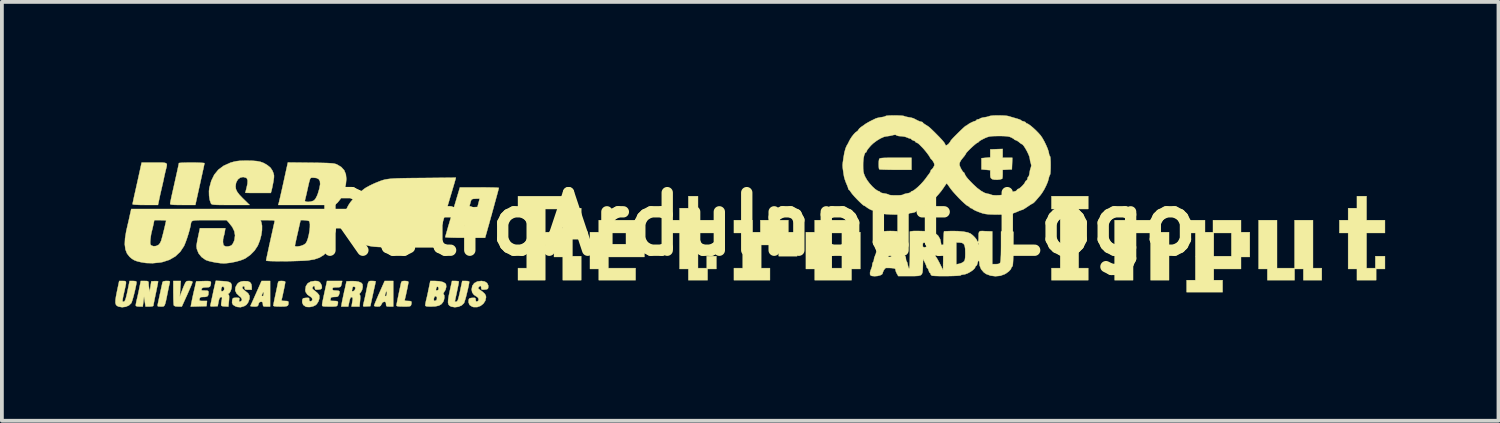
<source format=kicad_pcb>
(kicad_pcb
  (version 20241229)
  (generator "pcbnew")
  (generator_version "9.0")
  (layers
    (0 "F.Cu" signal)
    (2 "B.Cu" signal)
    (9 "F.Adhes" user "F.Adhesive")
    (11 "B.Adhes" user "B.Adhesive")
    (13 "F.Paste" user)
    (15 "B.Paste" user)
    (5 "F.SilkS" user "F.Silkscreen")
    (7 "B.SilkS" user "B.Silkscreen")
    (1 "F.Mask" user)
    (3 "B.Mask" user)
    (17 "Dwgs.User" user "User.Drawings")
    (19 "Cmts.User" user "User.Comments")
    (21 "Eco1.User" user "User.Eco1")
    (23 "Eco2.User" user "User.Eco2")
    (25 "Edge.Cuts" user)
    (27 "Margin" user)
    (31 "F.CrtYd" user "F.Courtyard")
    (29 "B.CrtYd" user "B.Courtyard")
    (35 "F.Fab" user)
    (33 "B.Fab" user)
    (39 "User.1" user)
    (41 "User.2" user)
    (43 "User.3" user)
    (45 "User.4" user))
  (footprint "RetroArduInput Logo"
    (layer "F.Cu")
    (at 16.968 2.883)
    (property "Reference" "RetroArduInput Logo" (at 0 0 0) (layer "F.SilkS") (effects (font (size 1.524 1.524) (thickness 0.3))))
    (attr through_hole)
    (fp_poly (pts (xy 10.689 0.212) (xy 10.922 0.212) (xy 10.922 1.482) (xy 10.435 1.482) (xy 10.435 0.233) (xy 9.97 0.233) (xy 9.97 1.482) (xy 9.483 1.482) (xy 9.483 -0.106) (xy 10.689 -0.106) (xy 10.689 0.212)) (stroke (width 0.01) (type solid)) (fill yes) (layer "F.SilkS"))
    (fp_poly (pts (xy 8.784 -0.402) (xy 8.53 -0.402) (xy 8.53 1.164) (xy 8.784 1.164) (xy 8.784 1.482) (xy 7.811 1.482) (xy 7.811 1.164) (xy 8.043 1.164) (xy 8.043 -0.402) (xy 7.811 -0.402) (xy 7.811 -0.741) (xy 8.784 -0.741) (xy 8.784 -0.402)) (stroke (width 0.01) (type solid)) (fill yes) (layer "F.SilkS"))
    (fp_poly (pts (xy 13.78 1.164) (xy 14.245 1.164) (xy 14.245 -0.106) (xy 14.732 -0.106) (xy 14.732 1.164) (xy 14.965 1.164) (xy 14.965 1.482) (xy 14.478 1.482) (xy 14.478 1.185) (xy 14.245 1.185) (xy 14.245 1.482) (xy 13.525 1.482) (xy 13.525 1.185) (xy 13.293 1.185) (xy 13.293 -0.106) (xy 13.78 -0.106) (xy 13.78 1.164)) (stroke (width 0.01) (type solid)) (fill yes) (layer "F.SilkS"))
    (fp_poly (pts (xy 2.519 0.212) (xy 2.752 0.212) (xy 2.752 1.185) (xy 2.519 1.185) (xy 2.519 1.482) (xy 1.545 1.482) (xy 1.545 1.185) (xy 1.312 1.185) (xy 1.312 0.233) (xy 1.799 0.233) (xy 1.799 1.164) (xy 2.265 1.164) (xy 2.265 0.233) (xy 1.799 0.233) (xy 1.312 0.233) (xy 1.312 0.212) (xy 1.545 0.212) (xy 1.545 -0.106) (xy 2.519 -0.106) (xy 2.519 0.212)) (stroke (width 0.01) (type solid)) (fill yes) (layer "F.SilkS"))
    (fp_poly (pts (xy -3.196 0.212) (xy -2.963 0.212) (xy -2.963 0.868) (xy -3.916 0.868) (xy -3.916 1.164) (xy -3.196 1.164) (xy -3.196 1.482) (xy -4.17 1.482) (xy -4.17 1.185) (xy -4.403 1.185) (xy -4.403 0.233) (xy -3.916 0.233) (xy -3.916 0.529) (xy -3.45 0.529) (xy -3.45 0.233) (xy -3.916 0.233) (xy -4.403 0.233) (xy -4.403 0.212) (xy -4.17 0.212) (xy -4.17 -0.106) (xy -3.196 -0.106) (xy -3.196 0.212)) (stroke (width 0.01) (type solid)) (fill yes) (layer "F.SilkS"))
    (fp_poly (pts (xy -1.545 -0.106) (xy -1.058 -0.106) (xy -1.058 0.233) (xy -1.545 0.233) (xy -1.545 1.164) (xy -1.312 1.164) (xy -1.312 0.847) (xy -1.058 0.847) (xy -1.058 1.185) (xy -1.291 1.185) (xy -1.291 1.482) (xy -1.799 1.482) (xy -1.799 1.185) (xy -2.032 1.185) (xy -2.032 0.233) (xy -2.265 0.233) (xy -2.265 -0.106) (xy -2.032 -0.106) (xy -2.032 -0.423) (xy -1.799 -0.423) (xy -1.799 -0.741) (xy -1.545 -0.741) (xy -1.545 -0.106)) (stroke (width 0.01) (type solid)) (fill yes) (layer "F.SilkS"))
    (fp_poly (pts (xy -0.106 0.212) (xy 0.106 0.212) (xy 0.106 -0.106) (xy 0.847 -0.106) (xy 0.847 0.212) (xy 1.079 0.212) (xy 1.079 0.847) (xy 0.593 0.847) (xy 0.593 0.233) (xy 0.36 0.233) (xy 0.36 0.55) (xy 0.127 0.55) (xy 0.127 1.164) (xy 0.36 1.164) (xy 0.36 1.482) (xy -0.593 1.482) (xy -0.593 1.164) (xy -0.36 1.164) (xy -0.36 0.233) (xy -0.593 0.233) (xy -0.593 -0.106) (xy -0.106 -0.106) (xy -0.106 0.212)) (stroke (width 0.01) (type solid)) (fill yes) (layer "F.SilkS"))
    (fp_poly (pts (xy 4.106 -1.439) (xy 3.687 -1.439) (xy 3.557 -1.44) (xy 3.443 -1.442) (xy 3.35 -1.445) (xy 3.284 -1.448) (xy 3.254 -1.453) (xy 3.253 -1.453) (xy 3.244 -1.482) (xy 3.24 -1.538) (xy 3.239 -1.606) (xy 3.242 -1.671) (xy 3.25 -1.718) (xy 3.251 -1.723) (xy 3.261 -1.735) (xy 3.282 -1.744) (xy 3.32 -1.75) (xy 3.382 -1.754) (xy 3.472 -1.756) (xy 3.595 -1.757) (xy 3.685 -1.757) (xy 4.106 -1.757) (xy 4.106 -1.439)) (stroke (width 0.01) (type solid)) (fill yes) (layer "F.SilkS"))
    (fp_poly (pts (xy 16.15 -0.106) (xy 16.637 -0.106) (xy 16.637 0.233) (xy 16.15 0.233) (xy 16.15 1.164) (xy 16.383 1.164) (xy 16.383 0.847) (xy 16.637 0.847) (xy 16.637 1.185) (xy 16.404 1.185) (xy 16.404 1.482) (xy 15.896 1.482) (xy 15.896 1.185) (xy 15.663 1.185) (xy 15.663 0.233) (xy 15.431 0.233) (xy 15.431 -0.106) (xy 15.663 -0.106) (xy 15.663 -0.423) (xy 15.896 -0.423) (xy 15.896 -0.741) (xy 16.15 -0.741) (xy 16.15 -0.106)) (stroke (width 0.01) (type solid)) (fill yes) (layer "F.SilkS"))
    (fp_poly (pts (xy -4.868 -0.423) (xy -4.636 -0.423) (xy -4.636 0.233) (xy -4.868 0.233) (xy -4.868 0.847) (xy -4.636 0.847) (xy -4.636 1.482) (xy -5.122 1.482) (xy -5.122 0.868) (xy -5.355 0.868) (xy -5.355 0.55) (xy -5.588 0.55) (xy -5.588 1.482) (xy -6.308 1.482) (xy -6.308 1.164) (xy -6.075 1.164) (xy -6.075 -0.402) (xy -5.588 -0.402) (xy -5.588 0.212) (xy -5.122 0.212) (xy -5.122 -0.402) (xy -5.588 -0.402) (xy -6.075 -0.402) (xy -6.308 -0.402) (xy -6.308 -0.741) (xy -4.868 -0.741) (xy -4.868 -0.423)) (stroke (width 0.01) (type solid)) (fill yes) (layer "F.SilkS"))
    (fp_poly (pts (xy 11.874 0.212) (xy 12.086 0.212) (xy 12.086 -0.106) (xy 12.827 -0.106) (xy 12.827 0.212) (xy 13.06 0.212) (xy 13.06 0.868) (xy 12.827 0.868) (xy 12.827 1.185) (xy 12.107 1.185) (xy 12.107 1.482) (xy 12.34 1.482) (xy 12.34 1.799) (xy 11.388 1.799) (xy 11.388 1.482) (xy 11.62 1.482) (xy 11.62 0.233) (xy 12.107 0.233) (xy 12.107 0.847) (xy 12.573 0.847) (xy 12.573 0.233) (xy 12.107 0.233) (xy 11.62 0.233) (xy 11.388 0.233) (xy 11.388 -0.106) (xy 11.874 -0.106) (xy 11.874 0.212)) (stroke (width 0.01) (type solid)) (fill yes) (layer "F.SilkS"))
    (fp_poly (pts (xy 6.519 -1.757) (xy 6.775 -1.757) (xy 6.769 -1.603) (xy 6.763 -1.45) (xy 6.641 -1.444) (xy 6.519 -1.437) (xy 6.519 -1.323) (xy 6.517 -1.258) (xy 6.51 -1.213) (xy 6.503 -1.2) (xy 6.451 -1.184) (xy 6.378 -1.176) (xy 6.304 -1.178) (xy 6.249 -1.189) (xy 6.244 -1.191) (xy 6.212 -1.214) (xy 6.196 -1.247) (xy 6.191 -1.306) (xy 6.191 -1.324) (xy 6.191 -1.429) (xy 6.075 -1.439) (xy 5.958 -1.45) (xy 5.958 -1.746) (xy 6.075 -1.757) (xy 6.191 -1.767) (xy 6.191 -1.979) (xy 6.519 -1.991) (xy 6.519 -1.757)) (stroke (width 0.01) (type solid)) (fill yes) (layer "F.SilkS"))
    (fp_poly (pts (xy -15.247 1.709) (xy -15.259 1.916) (xy -15.22 1.81) (xy -15.187 1.723) (xy -15.15 1.632) (xy -15.137 1.603) (xy -15.109 1.544) (xy -15.084 1.514) (xy -15.048 1.504) (xy -15.008 1.503) (xy -14.948 1.509) (xy -14.923 1.526) (xy -14.922 1.529) (xy -14.931 1.557) (xy -14.954 1.615) (xy -14.989 1.698) (xy -15.033 1.798) (xy -15.064 1.868) (xy -15.206 2.18) (xy -15.305 2.18) (xy -15.375 2.175) (xy -15.411 2.157) (xy -15.418 2.147) (xy -15.422 2.114) (xy -15.426 2.048) (xy -15.429 1.957) (xy -15.43 1.849) (xy -15.431 1.808) (xy -15.431 1.503) (xy -15.234 1.503) (xy -15.247 1.709)) (stroke (width 0.01) (type solid)) (fill yes) (layer "F.SilkS"))
    (fp_poly (pts (xy -15.55 1.505) (xy -15.524 1.515) (xy -15.522 1.535) (xy -15.524 1.54) (xy -15.532 1.575) (xy -15.547 1.642) (xy -15.565 1.729) (xy -15.579 1.799) (xy -15.606 1.933) (xy -15.627 2.032) (xy -15.644 2.1) (xy -15.66 2.143) (xy -15.678 2.167) (xy -15.7 2.178) (xy -15.73 2.18) (xy -15.76 2.18) (xy -15.818 2.178) (xy -15.844 2.169) (xy -15.847 2.146) (xy -15.845 2.133) (xy -15.824 2.033) (xy -15.801 1.924) (xy -15.777 1.814) (xy -15.755 1.711) (xy -15.736 1.624) (xy -15.722 1.561) (xy -15.715 1.53) (xy -15.715 1.529) (xy -15.689 1.512) (xy -15.63 1.503) (xy -15.61 1.503) (xy -15.55 1.505)) (stroke (width 0.01) (type solid)) (fill yes) (layer "F.SilkS"))
    (fp_poly (pts (xy -10.169 1.503) (xy -10.113 1.506) (xy -10.079 1.512) (xy -10.075 1.516) (xy -10.08 1.541) (xy -10.091 1.598) (xy -10.108 1.675) (xy -10.117 1.712) (xy -10.14 1.817) (xy -10.164 1.927) (xy -10.184 2.02) (xy -10.187 2.032) (xy -10.216 2.17) (xy -10.316 2.176) (xy -10.376 2.179) (xy -10.403 2.173) (xy -10.408 2.152) (xy -10.402 2.123) (xy -10.387 2.059) (xy -10.37 1.99) (xy -10.37 1.99) (xy -10.358 1.933) (xy -10.34 1.851) (xy -10.321 1.76) (xy -10.319 1.746) (xy -10.298 1.643) (xy -10.282 1.574) (xy -10.267 1.532) (xy -10.248 1.511) (xy -10.221 1.504) (xy -10.182 1.503) (xy -10.169 1.503)) (stroke (width 0.01) (type solid)) (fill yes) (layer "F.SilkS"))
    (fp_poly (pts (xy -15.711 -1.629) (xy -15.65 -1.622) (xy -15.616 -1.608) (xy -15.602 -1.582) (xy -15.605 -1.542) (xy -15.618 -1.484) (xy -15.629 -1.442) (xy -15.651 -1.35) (xy -15.674 -1.246) (xy -15.684 -1.196) (xy -15.705 -1.101) (xy -15.728 -1) (xy -15.739 -0.953) (xy -15.758 -0.871) (xy -15.781 -0.771) (xy -15.802 -0.672) (xy -15.837 -0.508) (xy -16.173 -0.508) (xy -16.297 -0.509) (xy -16.398 -0.513) (xy -16.469 -0.518) (xy -16.506 -0.525) (xy -16.51 -0.528) (xy -16.506 -0.555) (xy -16.493 -0.615) (xy -16.475 -0.701) (xy -16.452 -0.805) (xy -16.439 -0.861) (xy -16.409 -0.996) (xy -16.377 -1.139) (xy -16.347 -1.275) (xy -16.322 -1.389) (xy -16.319 -1.402) (xy -16.269 -1.63) (xy -15.935 -1.63) (xy -15.804 -1.63) (xy -15.711 -1.629)) (stroke (width 0.01) (type solid)) (fill yes) (layer "F.SilkS"))
    (fp_poly (pts (xy -9.61 2.18) (xy -9.705 2.18) (xy -9.763 2.178) (xy -9.791 2.168) (xy -9.8 2.141) (xy -9.8 2.117) (xy -9.806 2.071) (xy -9.83 2.054) (xy -9.848 2.053) (xy -9.892 2.069) (xy -9.921 2.117) (xy -9.942 2.158) (xy -9.972 2.176) (xy -10.029 2.18) (xy -10.031 2.18) (xy -10.085 2.175) (xy -10.115 2.164) (xy -10.118 2.159) (xy -10.109 2.133) (xy -10.087 2.075) (xy -10.052 1.993) (xy -10.009 1.893) (xy -10.005 1.883) (xy -9.83 1.883) (xy -9.824 1.902) (xy -9.81 1.905) (xy -9.787 1.888) (xy -9.779 1.835) (xy -9.779 1.827) (xy -9.781 1.776) (xy -9.787 1.763) (xy -9.801 1.79) (xy -9.817 1.836) (xy -9.83 1.883) (xy -10.005 1.883) (xy -9.977 1.82) (xy -9.837 1.503) (xy -9.61 1.503) (xy -9.61 2.18)) (stroke (width 0.01) (type solid)) (fill yes) (layer "F.SilkS"))
    (fp_poly (pts (xy -14.829 -1.629) (xy -14.732 -1.626) (xy -14.658 -1.622) (xy -14.614 -1.618) (xy -14.606 -1.614) (xy -14.611 -1.587) (xy -14.623 -1.53) (xy -14.639 -1.453) (xy -14.645 -1.429) (xy -14.662 -1.35) (xy -14.686 -1.242) (xy -14.714 -1.114) (xy -14.744 -0.978) (xy -14.765 -0.884) (xy -14.848 -0.508) (xy -15.182 -0.508) (xy -15.31 -0.509) (xy -15.401 -0.511) (xy -15.462 -0.515) (xy -15.497 -0.521) (xy -15.513 -0.531) (xy -15.515 -0.539) (xy -15.511 -0.572) (xy -15.498 -0.636) (xy -15.48 -0.721) (xy -15.463 -0.799) (xy -15.424 -0.971) (xy -15.388 -1.133) (xy -15.355 -1.28) (xy -15.327 -1.406) (xy -15.305 -1.507) (xy -15.29 -1.578) (xy -15.283 -1.614) (xy -15.282 -1.617) (xy -15.262 -1.621) (xy -15.207 -1.625) (xy -15.124 -1.628) (xy -15.019 -1.63) (xy -14.944 -1.63) (xy -14.829 -1.629)) (stroke (width 0.01) (type solid)) (fill yes) (layer "F.SilkS"))
    (fp_poly (pts (xy -12.869 2.18) (xy -12.965 2.18) (xy -13.023 2.178) (xy -13.051 2.168) (xy -13.059 2.141) (xy -13.06 2.117) (xy -13.066 2.071) (xy -13.09 2.055) (xy -13.111 2.053) (xy -13.151 2.064) (xy -13.173 2.102) (xy -13.176 2.117) (xy -13.188 2.154) (xy -13.208 2.173) (xy -13.251 2.18) (xy -13.296 2.18) (xy -13.354 2.177) (xy -13.387 2.17) (xy -13.391 2.164) (xy -13.381 2.143) (xy -13.357 2.092) (xy -13.32 2.01) (xy -13.27 1.898) (xy -13.092 1.898) (xy -13.071 1.905) (xy -13.047 1.89) (xy -13.04 1.84) (xy -13.04 1.836) (xy -13.044 1.799) (xy -13.052 1.795) (xy -13.054 1.799) (xy -13.074 1.846) (xy -13.085 1.868) (xy -13.092 1.898) (xy -13.27 1.898) (xy -13.268 1.894) (xy -13.201 1.743) (xy -13.139 1.603) (xy -13.095 1.503) (xy -12.869 1.503) (xy -12.869 2.18)) (stroke (width 0.01) (type solid)) (fill yes) (layer "F.SilkS"))
    (fp_poly (pts (xy -9.234 1.509) (xy -9.208 1.527) (xy -9.207 1.53) (xy -9.212 1.561) (xy -9.223 1.622) (xy -9.239 1.703) (xy -9.258 1.791) (xy -9.276 1.876) (xy -9.293 1.947) (xy -9.304 1.993) (xy -9.305 1.995) (xy -9.306 2.018) (xy -9.284 2.029) (xy -9.23 2.032) (xy -9.22 2.032) (xy -9.157 2.036) (xy -9.128 2.052) (xy -9.127 2.092) (xy -9.136 2.133) (xy -9.145 2.155) (xy -9.163 2.169) (xy -9.198 2.177) (xy -9.259 2.18) (xy -9.337 2.18) (xy -9.433 2.178) (xy -9.492 2.173) (xy -9.521 2.162) (xy -9.525 2.153) (xy -9.521 2.122) (xy -9.509 2.06) (xy -9.492 1.974) (xy -9.471 1.874) (xy -9.471 1.872) (xy -9.449 1.768) (xy -9.429 1.675) (xy -9.413 1.602) (xy -9.405 1.561) (xy -9.393 1.525) (xy -9.368 1.508) (xy -9.318 1.503) (xy -9.3 1.503) (xy -9.234 1.509)) (stroke (width 0.01) (type solid)) (fill yes) (layer "F.SilkS"))
    (fp_poly (pts (xy -12.495 1.509) (xy -12.468 1.525) (xy -12.467 1.529) (xy -12.472 1.561) (xy -12.483 1.623) (xy -12.499 1.703) (xy -12.518 1.792) (xy -12.536 1.877) (xy -12.552 1.947) (xy -12.563 1.992) (xy -12.564 1.995) (xy -12.565 2.018) (xy -12.544 2.029) (xy -12.491 2.032) (xy -12.479 2.032) (xy -12.419 2.035) (xy -12.39 2.046) (xy -12.383 2.071) (xy -12.383 2.073) (xy -12.386 2.121) (xy -12.4 2.153) (xy -12.433 2.17) (xy -12.493 2.178) (xy -12.587 2.18) (xy -12.596 2.18) (xy -12.694 2.178) (xy -12.758 2.171) (xy -12.784 2.16) (xy -12.785 2.158) (xy -12.78 2.129) (xy -12.769 2.068) (xy -12.752 1.984) (xy -12.731 1.884) (xy -12.729 1.877) (xy -12.707 1.772) (xy -12.687 1.678) (xy -12.672 1.604) (xy -12.663 1.561) (xy -12.653 1.525) (xy -12.629 1.508) (xy -12.58 1.503) (xy -12.56 1.503) (xy -12.495 1.509)) (stroke (width 0.01) (type solid)) (fill yes) (layer "F.SilkS"))
    (fp_poly (pts (xy -16.726 1.504) (xy -16.697 1.511) (xy -16.684 1.531) (xy -16.684 1.572) (xy -16.697 1.64) (xy -16.719 1.74) (xy -16.746 1.86) (xy -16.764 1.945) (xy -16.773 2) (xy -16.775 2.033) (xy -16.77 2.048) (xy -16.758 2.053) (xy -16.754 2.053) (xy -16.732 2.048) (xy -16.713 2.027) (xy -16.695 1.986) (xy -16.676 1.918) (xy -16.653 1.818) (xy -16.637 1.741) (xy -16.588 1.503) (xy -16.496 1.503) (xy -16.432 1.508) (xy -16.405 1.526) (xy -16.404 1.531) (xy -16.409 1.578) (xy -16.424 1.652) (xy -16.444 1.744) (xy -16.468 1.843) (xy -16.493 1.938) (xy -16.517 2.019) (xy -16.536 2.074) (xy -16.544 2.091) (xy -16.605 2.149) (xy -16.69 2.186) (xy -16.786 2.198) (xy -16.879 2.182) (xy -16.886 2.179) (xy -16.926 2.158) (xy -16.951 2.126) (xy -16.963 2.078) (xy -16.961 2.008) (xy -16.947 1.909) (xy -16.922 1.781) (xy -16.863 1.503) (xy -16.771 1.503) (xy -16.726 1.504)) (stroke (width 0.01) (type solid)) (fill yes) (layer "F.SilkS"))
    (fp_poly (pts (xy -16.128 1.505) (xy -16.098 1.514) (xy -16.087 1.537) (xy -16.086 1.561) (xy -16.083 1.621) (xy -16.073 1.693) (xy -16.072 1.704) (xy -16.057 1.789) (xy -16.035 1.651) (xy -16.013 1.513) (xy -15.923 1.507) (xy -15.868 1.507) (xy -15.836 1.513) (xy -15.833 1.518) (xy -15.837 1.543) (xy -15.848 1.603) (xy -15.865 1.688) (xy -15.886 1.791) (xy -15.896 1.838) (xy -15.919 1.947) (xy -15.938 2.041) (xy -15.952 2.113) (xy -15.959 2.154) (xy -15.96 2.161) (xy -15.979 2.172) (xy -16.027 2.179) (xy -16.063 2.18) (xy -16.165 2.18) (xy -16.186 2.048) (xy -16.206 1.916) (xy -16.223 2.048) (xy -16.24 2.18) (xy -16.333 2.18) (xy -16.393 2.176) (xy -16.421 2.162) (xy -16.425 2.146) (xy -16.42 2.108) (xy -16.408 2.044) (xy -16.396 1.993) (xy -16.377 1.914) (xy -16.355 1.813) (xy -16.333 1.709) (xy -16.329 1.688) (xy -16.292 1.503) (xy -16.189 1.503) (xy -16.128 1.505)) (stroke (width 0.01) (type solid)) (fill yes) (layer "F.SilkS"))
    (fp_poly (pts (xy -14.473 1.509) (xy -14.442 1.523) (xy -14.434 1.551) (xy -14.442 1.598) (xy -14.449 1.625) (xy -14.463 1.654) (xy -14.492 1.668) (xy -14.549 1.672) (xy -14.563 1.672) (xy -14.633 1.677) (xy -14.67 1.694) (xy -14.677 1.706) (xy -14.687 1.736) (xy -14.679 1.751) (xy -14.646 1.756) (xy -14.594 1.757) (xy -14.536 1.759) (xy -14.508 1.77) (xy -14.499 1.795) (xy -14.499 1.808) (xy -14.505 1.874) (xy -14.53 1.91) (xy -14.582 1.925) (xy -14.626 1.926) (xy -14.688 1.929) (xy -14.72 1.939) (xy -14.734 1.965) (xy -14.737 1.979) (xy -14.74 2.011) (xy -14.728 2.026) (xy -14.689 2.031) (xy -14.643 2.032) (xy -14.539 2.032) (xy -14.545 2.101) (xy -14.552 2.17) (xy -14.97 2.182) (xy -14.955 2.102) (xy -14.94 2.026) (xy -14.918 1.918) (xy -14.889 1.79) (xy -14.856 1.649) (xy -14.85 1.619) (xy -14.825 1.513) (xy -14.63 1.507) (xy -14.534 1.505) (xy -14.473 1.509)) (stroke (width 0.01) (type solid)) (fill yes) (layer "F.SilkS"))
    (fp_poly (pts (xy -7.909 1.507) (xy -7.877 1.516) (xy -7.874 1.521) (xy -7.879 1.556) (xy -7.892 1.629) (xy -7.914 1.735) (xy -7.942 1.87) (xy -7.948 1.894) (xy -7.963 1.968) (xy -7.975 2.022) (xy -7.98 2.047) (xy -7.98 2.048) (xy -7.963 2.053) (xy -7.948 2.053) (xy -7.928 2.048) (xy -7.911 2.029) (xy -7.894 1.991) (xy -7.876 1.927) (xy -7.853 1.831) (xy -7.832 1.73) (xy -7.784 1.503) (xy -7.691 1.503) (xy -7.635 1.507) (xy -7.603 1.518) (xy -7.599 1.524) (xy -7.604 1.569) (xy -7.618 1.642) (xy -7.638 1.732) (xy -7.662 1.831) (xy -7.686 1.927) (xy -7.71 2.009) (xy -7.729 2.069) (xy -7.739 2.091) (xy -7.799 2.149) (xy -7.885 2.186) (xy -7.98 2.198) (xy -8.072 2.183) (xy -8.081 2.179) (xy -8.122 2.157) (xy -8.148 2.124) (xy -8.16 2.074) (xy -8.157 2.003) (xy -8.142 1.902) (xy -8.116 1.778) (xy -8.055 1.503) (xy -7.964 1.503) (xy -7.909 1.507)) (stroke (width 0.01) (type solid)) (fill yes) (layer "F.SilkS"))
    (fp_poly (pts (xy -10.614 1.509) (xy -10.521 1.525) (xy -10.455 1.553) (xy -10.424 1.59) (xy -10.418 1.662) (xy -10.435 1.74) (xy -10.47 1.803) (xy -10.478 1.811) (xy -10.505 1.845) (xy -10.498 1.863) (xy -10.485 1.893) (xy -10.484 1.962) (xy -10.489 2.029) (xy -10.504 2.18) (xy -10.714 2.18) (xy -10.699 2.09) (xy -10.686 2.012) (xy -10.683 1.966) (xy -10.689 1.942) (xy -10.706 1.933) (xy -10.713 1.931) (xy -10.734 1.937) (xy -10.752 1.971) (xy -10.771 2.038) (xy -10.774 2.052) (xy -10.801 2.18) (xy -10.986 2.18) (xy -10.973 2.101) (xy -10.964 2.049) (xy -10.947 1.967) (xy -10.926 1.867) (xy -10.904 1.767) (xy -10.898 1.745) (xy -10.702 1.745) (xy -10.702 1.772) (xy -10.679 1.778) (xy -10.649 1.763) (xy -10.625 1.735) (xy -10.612 1.693) (xy -10.615 1.672) (xy -10.644 1.652) (xy -10.676 1.657) (xy -10.689 1.681) (xy -10.697 1.728) (xy -10.702 1.745) (xy -10.898 1.745) (xy -10.847 1.513) (xy -10.726 1.507) (xy -10.614 1.509)) (stroke (width 0.01) (type solid)) (fill yes) (layer "F.SilkS"))
    (fp_poly (pts (xy -13.471 1.509) (xy -13.403 1.534) (xy -13.366 1.586) (xy -13.356 1.651) (xy -13.356 1.736) (xy -13.451 1.736) (xy -13.51 1.733) (xy -13.536 1.723) (xy -13.542 1.699) (xy -13.541 1.688) (xy -13.55 1.651) (xy -13.575 1.64) (xy -13.6 1.659) (xy -13.606 1.676) (xy -13.592 1.713) (xy -13.542 1.758) (xy -13.525 1.77) (xy -13.45 1.832) (xy -13.414 1.896) (xy -13.414 1.969) (xy -13.418 1.985) (xy -13.453 2.076) (xy -13.498 2.135) (xy -13.558 2.171) (xy -13.652 2.198) (xy -13.739 2.19) (xy -13.792 2.171) (xy -13.852 2.133) (xy -13.876 2.08) (xy -13.872 2.011) (xy -13.86 1.971) (xy -13.837 1.953) (xy -13.79 1.948) (xy -13.766 1.947) (xy -13.709 1.949) (xy -13.684 1.958) (xy -13.682 1.982) (xy -13.687 2.002) (xy -13.692 2.041) (xy -13.675 2.052) (xy -13.661 2.05) (xy -13.622 2.028) (xy -13.615 1.989) (xy -13.639 1.942) (xy -13.683 1.903) (xy -13.758 1.832) (xy -13.793 1.754) (xy -13.786 1.67) (xy -13.738 1.584) (xy -13.73 1.575) (xy -13.686 1.537) (xy -13.627 1.516) (xy -13.572 1.508) (xy -13.471 1.509)) (stroke (width 0.01) (type solid)) (fill yes) (layer "F.SilkS"))
    (fp_poly (pts (xy -7.189 1.518) (xy -7.127 1.559) (xy -7.096 1.621) (xy -7.095 1.665) (xy -7.103 1.703) (xy -7.127 1.722) (xy -7.177 1.73) (xy -7.191 1.732) (xy -7.248 1.734) (xy -7.274 1.724) (xy -7.281 1.698) (xy -7.281 1.684) (xy -7.29 1.64) (xy -7.313 1.634) (xy -7.347 1.664) (xy -7.363 1.693) (xy -7.348 1.716) (xy -7.324 1.733) (xy -7.238 1.796) (xy -7.184 1.848) (xy -7.159 1.898) (xy -7.154 1.933) (xy -7.174 2.026) (xy -7.226 2.105) (xy -7.301 2.163) (xy -7.39 2.195) (xy -7.485 2.194) (xy -7.525 2.181) (xy -7.589 2.138) (xy -7.616 2.072) (xy -7.616 2.028) (xy -7.609 1.984) (xy -7.589 1.962) (xy -7.544 1.953) (xy -7.519 1.951) (xy -7.463 1.949) (xy -7.437 1.959) (xy -7.43 1.985) (xy -7.429 2.001) (xy -7.422 2.041) (xy -7.396 2.05) (xy -7.392 2.049) (xy -7.358 2.026) (xy -7.349 1.986) (xy -7.367 1.944) (xy -7.391 1.925) (xy -7.474 1.87) (xy -7.52 1.808) (xy -7.535 1.73) (xy -7.535 1.727) (xy -7.517 1.631) (xy -7.466 1.561) (xy -7.384 1.517) (xy -7.276 1.503) (xy -7.189 1.518)) (stroke (width 0.01) (type solid)) (fill yes) (layer "F.SilkS"))
    (fp_poly (pts (xy -10.976 1.572) (xy -10.99 1.629) (xy -11.01 1.659) (xy -11.047 1.67) (xy -11.114 1.672) (xy -11.114 1.672) (xy -11.177 1.674) (xy -11.208 1.684) (xy -11.218 1.705) (xy -11.218 1.714) (xy -11.212 1.741) (xy -11.186 1.753) (xy -11.13 1.757) (xy -11.123 1.757) (xy -11.059 1.762) (xy -11.031 1.781) (xy -11.032 1.823) (xy -11.048 1.872) (xy -11.067 1.906) (xy -11.098 1.922) (xy -11.156 1.926) (xy -11.165 1.926) (xy -11.222 1.93) (xy -11.256 1.94) (xy -11.261 1.946) (xy -11.268 1.981) (xy -11.274 1.999) (xy -11.274 2.018) (xy -11.252 2.029) (xy -11.197 2.032) (xy -11.178 2.032) (xy -11.111 2.035) (xy -11.078 2.049) (xy -11.072 2.082) (xy -11.084 2.133) (xy -11.092 2.155) (xy -11.109 2.169) (xy -11.143 2.176) (xy -11.201 2.18) (xy -11.294 2.18) (xy -11.295 2.18) (xy -11.388 2.179) (xy -11.447 2.176) (xy -11.479 2.169) (xy -11.492 2.155) (xy -11.493 2.142) (xy -11.492 2.119) (xy -11.486 2.081) (xy -11.475 2.022) (xy -11.457 1.937) (xy -11.433 1.823) (xy -11.4 1.673) (xy -11.387 1.614) (xy -11.363 1.503) (xy -10.961 1.503) (xy -10.976 1.572)) (stroke (width 0.01) (type solid)) (fill yes) (layer "F.SilkS"))
    (fp_poly (pts (xy -8.511 1.503) (xy -8.389 1.511) (xy -8.295 1.532) (xy -8.234 1.566) (xy -8.214 1.594) (xy -8.208 1.66) (xy -8.227 1.736) (xy -8.266 1.8) (xy -8.286 1.836) (xy -8.278 1.851) (xy -8.259 1.885) (xy -8.257 1.942) (xy -8.269 2.008) (xy -8.287 2.054) (xy -8.333 2.114) (xy -8.399 2.154) (xy -8.494 2.175) (xy -8.603 2.18) (xy -8.686 2.179) (xy -8.735 2.173) (xy -8.758 2.162) (xy -8.763 2.146) (xy -8.758 2.108) (xy -8.746 2.044) (xy -8.739 2.014) (xy -8.536 2.014) (xy -8.518 2.031) (xy -8.507 2.032) (xy -8.471 2.014) (xy -8.456 1.99) (xy -8.453 1.938) (xy -8.478 1.908) (xy -8.497 1.905) (xy -8.52 1.923) (xy -8.535 1.968) (xy -8.535 1.968) (xy -8.536 2.014) (xy -8.739 2.014) (xy -8.734 1.993) (xy -8.715 1.914) (xy -8.693 1.813) (xy -8.679 1.746) (xy -8.48 1.746) (xy -8.457 1.757) (xy -8.457 1.757) (xy -8.421 1.74) (xy -8.41 1.724) (xy -8.411 1.682) (xy -8.421 1.667) (xy -8.444 1.651) (xy -8.46 1.665) (xy -8.476 1.709) (xy -8.48 1.746) (xy -8.679 1.746) (xy -8.671 1.709) (xy -8.667 1.688) (xy -8.629 1.503) (xy -8.511 1.503)) (stroke (width 0.01) (type solid)) (fill yes) (layer "F.SilkS"))
    (fp_poly (pts (xy -11.609 1.508) (xy -11.565 1.529) (xy -11.536 1.56) (xy -11.505 1.619) (xy -11.498 1.671) (xy -11.507 1.706) (xy -11.533 1.723) (xy -11.589 1.731) (xy -11.594 1.732) (xy -11.65 1.734) (xy -11.676 1.724) (xy -11.684 1.698) (xy -11.684 1.684) (xy -11.693 1.64) (xy -11.716 1.634) (xy -11.745 1.668) (xy -11.746 1.669) (xy -11.752 1.696) (xy -11.736 1.723) (xy -11.692 1.76) (xy -11.673 1.774) (xy -11.614 1.824) (xy -11.574 1.874) (xy -11.566 1.894) (xy -11.566 1.967) (xy -11.592 2.048) (xy -11.638 2.118) (xy -11.665 2.142) (xy -11.732 2.175) (xy -11.816 2.193) (xy -11.895 2.191) (xy -11.928 2.182) (xy -11.992 2.137) (xy -12.019 2.071) (xy -12.019 2.028) (xy -12.011 1.984) (xy -11.992 1.962) (xy -11.948 1.954) (xy -11.921 1.951) (xy -11.864 1.949) (xy -11.839 1.957) (xy -11.834 1.981) (xy -11.836 1.994) (xy -11.832 2.032) (xy -11.801 2.043) (xy -11.8 2.043) (xy -11.763 2.028) (xy -11.75 1.992) (xy -11.763 1.952) (xy -11.794 1.925) (xy -11.882 1.864) (xy -11.929 1.794) (xy -11.938 1.744) (xy -11.922 1.641) (xy -11.873 1.566) (xy -11.794 1.52) (xy -11.685 1.503) (xy -11.676 1.503) (xy -11.609 1.508)) (stroke (width 0.01) (type solid)) (fill yes) (layer "F.SilkS"))
    (fp_poly (pts (xy -14.129 1.507) (xy -14.022 1.516) (xy -13.951 1.532) (xy -13.909 1.558) (xy -13.889 1.6) (xy -13.885 1.644) (xy -13.894 1.71) (xy -13.916 1.773) (xy -13.945 1.822) (xy -13.975 1.842) (xy -13.976 1.842) (xy -13.988 1.848) (xy -13.973 1.86) (xy -13.958 1.881) (xy -13.953 1.922) (xy -13.956 1.992) (xy -13.959 2.031) (xy -13.975 2.182) (xy -14.073 2.176) (xy -14.124 2.172) (xy -14.153 2.162) (xy -14.165 2.138) (xy -14.162 2.091) (xy -14.149 2.011) (xy -14.147 2.003) (xy -14.141 1.951) (xy -14.147 1.93) (xy -14.171 1.929) (xy -14.173 1.93) (xy -14.2 1.947) (xy -14.22 1.993) (xy -14.235 2.053) (xy -14.256 2.17) (xy -14.358 2.176) (xy -14.419 2.178) (xy -14.447 2.172) (xy -14.452 2.154) (xy -14.45 2.144) (xy -14.441 2.108) (xy -14.427 2.042) (xy -14.408 1.954) (xy -14.393 1.884) (xy -14.371 1.782) (xy -14.366 1.76) (xy -14.166 1.76) (xy -14.149 1.777) (xy -14.137 1.778) (xy -14.101 1.76) (xy -14.086 1.736) (xy -14.083 1.684) (xy -14.108 1.654) (xy -14.128 1.651) (xy -14.15 1.669) (xy -14.165 1.714) (xy -14.165 1.714) (xy -14.166 1.76) (xy -14.366 1.76) (xy -14.35 1.687) (xy -14.333 1.612) (xy -14.326 1.58) (xy -14.306 1.498) (xy -14.129 1.507)) (stroke (width 0.01) (type solid)) (fill yes) (layer "F.SilkS"))
    (fp_poly (pts (xy -11.793 -1.626) (xy -11.612 -1.624) (xy -11.469 -1.621) (xy -11.357 -1.618) (xy -11.273 -1.613) (xy -11.21 -1.608) (xy -11.163 -1.6) (xy -11.128 -1.591) (xy -11.102 -1.581) (xy -10.986 -1.512) (xy -10.908 -1.426) (xy -10.864 -1.317) (xy -10.852 -1.195) (xy -10.865 -1.057) (xy -10.899 -0.914) (xy -10.949 -0.779) (xy -11.012 -0.661) (xy -11.083 -0.572) (xy -11.097 -0.559) (xy -11.158 -0.508) (xy -12.654 -0.508) (xy -12.635 -0.577) (xy -12.624 -0.619) (xy -12.622 -0.628) (xy -11.95 -0.628) (xy -11.942 -0.605) (xy -11.905 -0.592) (xy -11.85 -0.59) (xy -11.788 -0.598) (xy -11.732 -0.616) (xy -11.702 -0.633) (xy -11.666 -0.676) (xy -11.629 -0.747) (xy -11.605 -0.807) (xy -11.563 -0.95) (xy -11.544 -1.06) (xy -11.551 -1.14) (xy -11.583 -1.193) (xy -11.643 -1.222) (xy -11.731 -1.231) (xy -11.761 -1.23) (xy -11.78 -1.228) (xy -11.796 -1.22) (xy -11.809 -1.201) (xy -11.822 -1.163) (xy -11.839 -1.102) (xy -11.86 -1.011) (xy -11.885 -0.898) (xy -11.907 -0.8) (xy -11.927 -0.716) (xy -11.942 -0.655) (xy -11.95 -0.628) (xy -12.622 -0.628) (xy -12.607 -0.695) (xy -12.584 -0.796) (xy -12.557 -0.915) (xy -12.53 -1.037) (xy -12.501 -1.168) (xy -12.474 -1.292) (xy -12.45 -1.4) (xy -12.432 -1.484) (xy -12.421 -1.531) (xy -12.399 -1.633) (xy -11.793 -1.626)) (stroke (width 0.01) (type solid)) (fill yes) (layer "F.SilkS"))
    (fp_poly (pts (xy -13.335 -1.678) (xy -13.22 -1.669) (xy -13.127 -1.651) (xy -13.047 -1.622) (xy -12.969 -1.579) (xy -12.941 -1.561) (xy -12.862 -1.497) (xy -12.811 -1.422) (xy -12.797 -1.391) (xy -12.776 -1.334) (xy -12.766 -1.286) (xy -12.768 -1.23) (xy -12.779 -1.15) (xy -12.781 -1.135) (xy -12.798 -1.046) (xy -12.815 -0.962) (xy -12.829 -0.903) (xy -12.85 -0.826) (xy -13.188 -0.826) (xy -13.302 -0.826) (xy -13.4 -0.827) (xy -13.474 -0.828) (xy -13.517 -0.83) (xy -13.525 -0.831) (xy -13.52 -0.852) (xy -13.507 -0.903) (xy -13.494 -0.953) (xy -13.468 -1.071) (xy -13.464 -1.155) (xy -13.482 -1.209) (xy -13.503 -1.227) (xy -13.582 -1.249) (xy -13.658 -1.233) (xy -13.722 -1.184) (xy -13.765 -1.108) (xy -13.774 -1.074) (xy -13.783 -0.997) (xy -13.774 -0.927) (xy -13.742 -0.858) (xy -13.684 -0.781) (xy -13.596 -0.688) (xy -13.58 -0.673) (xy -13.412 -0.508) (xy -13.913 -0.508) (xy -14.072 -0.508) (xy -14.194 -0.509) (xy -14.284 -0.511) (xy -14.347 -0.515) (xy -14.389 -0.52) (xy -14.414 -0.528) (xy -14.428 -0.538) (xy -14.433 -0.545) (xy -14.466 -0.637) (xy -14.484 -0.753) (xy -14.487 -0.875) (xy -14.478 -0.955) (xy -14.426 -1.147) (xy -14.347 -1.309) (xy -14.239 -1.441) (xy -14.101 -1.544) (xy -13.93 -1.622) (xy -13.904 -1.631) (xy -13.825 -1.653) (xy -13.751 -1.668) (xy -13.668 -1.677) (xy -13.563 -1.68) (xy -13.483 -1.681) (xy -13.335 -1.678)) (stroke (width 0.01) (type solid)) (fill yes) (layer "F.SilkS"))
    (fp_poly (pts (xy -7.188 -0.973) (xy -7.06 -0.971) (xy -6.954 -0.969) (xy -6.874 -0.966) (xy -6.827 -0.962) (xy -6.816 -0.959) (xy -6.821 -0.936) (xy -6.836 -0.878) (xy -6.859 -0.792) (xy -6.889 -0.682) (xy -6.924 -0.556) (xy -6.961 -0.418) (xy -7.001 -0.276) (xy -7.04 -0.134) (xy -7.077 0.002) (xy -7.112 0.124) (xy -7.141 0.228) (xy -7.147 0.249) (xy -7.179 0.36) (xy -7.706 0.36) (xy -7.851 0.359) (xy -7.98 0.358) (xy -8.089 0.355) (xy -8.171 0.351) (xy -8.221 0.347) (xy -8.234 0.344) (xy -8.229 0.321) (xy -8.212 0.262) (xy -8.186 0.172) (xy -8.153 0.056) (xy -8.15 0.048) (xy -7.719 0.048) (xy -7.701 0.059) (xy -7.653 0.063) (xy -7.623 0.064) (xy -7.56 0.062) (xy -7.525 0.052) (xy -7.507 0.025) (xy -7.494 -0.016) (xy -7.477 -0.087) (xy -7.477 -0.126) (xy -7.502 -0.144) (xy -7.556 -0.148) (xy -7.575 -0.148) (xy -7.637 -0.146) (xy -7.669 -0.136) (xy -7.683 -0.11) (xy -7.69 -0.079) (xy -7.702 -0.019) (xy -7.716 0.026) (xy -7.719 0.048) (xy -8.15 0.048) (xy -8.113 -0.08) (xy -8.067 -0.232) (xy -8.04 -0.323) (xy -8.004 -0.442) (xy -7.6 -0.442) (xy -7.491 -0.449) (xy -7.381 -0.455) (xy -7.353 -0.561) (xy -7.337 -0.622) (xy -7.327 -0.663) (xy -7.325 -0.673) (xy -7.343 -0.676) (xy -7.392 -0.675) (xy -7.433 -0.673) (xy -7.488 -0.67) (xy -7.523 -0.661) (xy -7.545 -0.64) (xy -7.561 -0.597) (xy -7.58 -0.523) (xy -7.586 -0.502) (xy -7.6 -0.442) (xy -8.004 -0.442) (xy -7.845 -0.974) (xy -7.33 -0.974) (xy -7.188 -0.973)) (stroke (width 0.01) (type solid)) (fill yes) (layer "F.SilkS"))
    (fp_poly (pts (xy -7.966 -1.178) (xy -7.976 -1.145) (xy -7.995 -1.077) (xy -8.024 -0.98) (xy -8.06 -0.858) (xy -8.102 -0.718) (xy -8.147 -0.565) (xy -8.162 -0.515) (xy -8.212 -0.346) (xy -8.263 -0.176) (xy -8.312 -0.013) (xy -8.355 0.134) (xy -8.392 0.258) (xy -8.419 0.35) (xy -8.42 0.355) (xy -8.497 0.614) (xy -9.291 0.614) (xy -9.518 0.613) (xy -9.707 0.612) (xy -9.863 0.609) (xy -9.992 0.604) (xy -10.097 0.597) (xy -10.183 0.587) (xy -10.256 0.573) (xy -10.319 0.556) (xy -10.378 0.533) (xy -10.438 0.506) (xy -10.475 0.488) (xy -10.634 0.39) (xy -10.755 0.273) (xy -10.839 0.137) (xy -10.882 0.009) (xy -10.908 -0.106) (xy -11.113 -0.106) (xy -11.113 -0.013) (xy -11.12 0.072) (xy -11.141 0.182) (xy -11.171 0.304) (xy -11.206 0.424) (xy -11.244 0.529) (xy -11.274 0.593) (xy -11.355 0.719) (xy -11.449 0.815) (xy -11.562 0.885) (xy -11.7 0.932) (xy -11.869 0.959) (xy -11.968 0.966) (xy -12.117 0.972) (xy -12.27 0.977) (xy -12.422 0.98) (xy -12.566 0.981) (xy -12.698 0.98) (xy -12.81 0.978) (xy -12.898 0.975) (xy -12.955 0.97) (xy -12.975 0.963) (xy -12.975 0.963) (xy -12.971 0.938) (xy -12.959 0.879) (xy -12.94 0.792) (xy -12.917 0.683) (xy -12.893 0.573) (xy -12.213 0.573) (xy -12.195 0.589) (xy -12.145 0.591) (xy -12.072 0.579) (xy -12.042 0.571) (xy -11.98 0.546) (xy -11.932 0.513) (xy -11.929 0.51) (xy -11.897 0.457) (xy -11.868 0.377) (xy -11.844 0.281) (xy -11.826 0.179) (xy -11.816 0.081) (xy -11.815 -0.003) (xy -11.826 -0.062) (xy -11.836 -0.08) (xy -11.864 -0.092) (xy -11.915 -0.101) (xy -11.975 -0.106) (xy -12.028 -0.108) (xy -12.061 -0.104) (xy -12.065 -0.099) (xy -12.069 -0.078) (xy -12.082 -0.022) (xy -12.101 0.061) (xy -12.124 0.164) (xy -12.139 0.23) (xy -12.165 0.342) (xy -12.186 0.44) (xy -12.202 0.516) (xy -12.212 0.562) (xy -12.213 0.573) (xy -12.893 0.573) (xy -12.89 0.558) (xy -12.861 0.426) (xy -12.831 0.291) (xy -12.802 0.162) (xy -12.776 0.043) (xy -12.753 -0.058) (xy -12.752 -0.058) (xy -12.749 -0.081) (xy -12.757 -0.095) (xy -12.783 -0.102) (xy -12.835 -0.105) (xy -12.922 -0.106) (xy -12.932 -0.106) (xy -13.122 -0.106) (xy -13.102 -0.052) (xy -13.083 0.042) (xy -13.084 0.16) (xy -13.104 0.293) (xy -13.14 0.429) (xy -13.191 0.558) (xy -13.2 0.576) (xy -13.281 0.699) (xy -13.391 0.811) (xy -13.516 0.9) (xy -13.552 0.919) (xy -13.654 0.959) (xy -13.782 0.994) (xy -13.919 1.021) (xy -14.047 1.035) (xy -14.097 1.037) (xy -14.185 1.032) (xy -14.289 1.018) (xy -14.397 0.998) (xy -14.493 0.975) (xy -14.564 0.951) (xy -14.577 0.945) (xy -14.684 0.869) (xy -14.763 0.77) (xy -14.808 0.656) (xy -14.817 0.578) (xy -14.812 0.538) (xy -14.801 0.468) (xy -14.784 0.379) (xy -14.771 0.318) (xy -14.726 0.106) (xy -14.054 0.106) (xy -14.068 0.196) (xy -14.081 0.265) (xy -14.097 0.324) (xy -14.1 0.335) (xy -14.114 0.399) (xy -14.117 0.471) (xy -14.109 0.534) (xy -14.093 0.567) (xy -14.046 0.589) (xy -13.981 0.59) (xy -13.916 0.573) (xy -13.886 0.555) (xy -13.853 0.512) (xy -13.823 0.447) (xy -13.812 0.413) (xy -13.797 0.296) (xy -13.816 0.186) (xy -13.87 0.075) (xy -13.962 -0.042) (xy -13.967 -0.048) (xy -14.02 -0.106) (xy -14.481 -0.106) (xy -14.633 -0.106) (xy -14.748 -0.106) (xy -14.832 -0.103) (xy -14.89 -0.097) (xy -14.927 -0.085) (xy -14.949 -0.066) (xy -14.961 -0.039) (xy -14.968 -0.001) (xy -14.975 0.042) (xy -14.997 0.136) (xy -15.029 0.249) (xy -15.066 0.366) (xy -15.105 0.475) (xy -15.14 0.561) (xy -15.148 0.579) (xy -15.248 0.73) (xy -15.377 0.852) (xy -15.534 0.943) (xy -15.716 1.002) (xy -15.784 1.014) (xy -15.977 1.033) (xy -16.152 1.028) (xy -16.291 1.005) (xy -16.394 0.98) (xy -16.469 0.951) (xy -16.532 0.911) (xy -16.589 0.862) (xy -16.656 0.776) (xy -16.698 0.669) (xy -16.715 0.537) (xy -16.713 0.474) (xy -16.043 0.474) (xy -16.041 0.521) (xy -16.029 0.549) (xy -16.011 0.565) (xy -15.954 0.584) (xy -15.885 0.578) (xy -15.822 0.548) (xy -15.812 0.54) (xy -15.782 0.499) (xy -15.754 0.442) (xy -15.753 0.44) (xy -15.742 0.4) (xy -15.723 0.333) (xy -15.701 0.248) (xy -15.678 0.154) (xy -15.656 0.063) (xy -15.638 -0.016) (xy -15.625 -0.073) (xy -15.621 -0.097) (xy -15.64 -0.101) (xy -15.692 -0.104) (xy -15.765 -0.106) (xy -15.778 -0.106) (xy -15.935 -0.106) (xy -15.96 0.016) (xy -15.978 0.095) (xy -15.995 0.166) (xy -16.004 0.198) (xy -16.016 0.251) (xy -16.028 0.328) (xy -16.037 0.397) (xy -16.043 0.474) (xy -16.713 0.474) (xy -16.708 0.377) (xy -16.677 0.186) (xy -16.661 0.116) (xy -16.636 0.007) (xy -16.607 -0.117) (xy -16.583 -0.228) (xy -16.544 -0.402) (xy -10.848 -0.402) (xy -10.795 -0.503) (xy -10.742 -0.583) (xy -10.663 -0.677) (xy -10.569 -0.774) (xy -10.468 -0.865) (xy -10.371 -0.94) (xy -10.324 -0.971) (xy -10.235 -1.019) (xy -10.133 -1.068) (xy -10.071 -1.095) (xy -10.001 -1.123) (xy -9.94 -1.147) (xy -9.883 -1.166) (xy -9.825 -1.181) (xy -9.761 -1.192) (xy -9.687 -1.201) (xy -9.598 -1.208) (xy -9.488 -1.213) (xy -9.354 -1.216) (xy -9.19 -1.219) (xy -8.991 -1.221) (xy -8.84 -1.222) (xy -7.953 -1.231) (xy -7.966 -1.178)) (stroke (width 0.01) (type solid)) (fill yes) (layer "F.SilkS"))
    (fp_poly (pts (xy 4.342 0.182) (xy 4.445 0.185) (xy 4.54 0.191) (xy 4.616 0.199) (xy 4.627 0.2) (xy 4.729 0.235) (xy 4.809 0.303) (xy 4.865 0.398) (xy 4.889 0.511) (xy 4.889 0.535) (xy 4.878 0.612) (xy 4.849 0.688) (xy 4.81 0.748) (xy 4.773 0.776) (xy 4.749 0.801) (xy 4.741 0.84) (xy 4.753 0.869) (xy 4.757 0.871) (xy 4.773 0.892) (xy 4.802 0.942) (xy 4.84 1.012) (xy 4.858 1.047) (xy 4.942 1.216) (xy 4.948 0.703) (xy 4.95 0.561) (xy 4.952 0.487) (xy 5.292 0.487) (xy 5.292 1.063) (xy 5.368 1.049) (xy 5.432 1.028) (xy 5.484 0.997) (xy 5.487 0.995) (xy 5.508 0.97) (xy 5.52 0.935) (xy 5.527 0.881) (xy 5.53 0.797) (xy 5.53 0.763) (xy 5.527 0.649) (xy 5.514 0.57) (xy 5.487 0.52) (xy 5.481 0.517) (xy 5.865 0.517) (xy 5.869 0.544) (xy 5.876 0.545) (xy 5.881 0.516) (xy 5.878 0.504) (xy 5.868 0.496) (xy 5.865 0.517) (xy 5.481 0.517) (xy 5.444 0.495) (xy 5.381 0.487) (xy 5.373 0.487) (xy 5.292 0.487) (xy 4.952 0.487) (xy 4.953 0.434) (xy 4.957 0.327) (xy 4.961 0.248) (xy 4.966 0.2) (xy 4.969 0.189) (xy 5.161 0.182) (xy 5.331 0.184) (xy 5.476 0.197) (xy 5.59 0.218) (xy 5.668 0.249) (xy 5.672 0.252) (xy 5.725 0.293) (xy 5.778 0.345) (xy 5.82 0.396) (xy 5.841 0.434) (xy 5.841 0.439) (xy 5.856 0.464) (xy 5.864 0.466) (xy 5.876 0.446) (xy 5.882 0.392) (xy 5.882 0.337) (xy 5.883 0.254) (xy 5.896 0.206) (xy 5.926 0.184) (xy 5.98 0.181) (xy 5.996 0.182) (xy 6.063 0.186) (xy 6.141 0.188) (xy 6.154 0.189) (xy 6.244 0.191) (xy 6.244 1.058) (xy 6.339 1.058) (xy 6.405 1.053) (xy 6.443 1.034) (xy 6.455 1.017) (xy 6.463 0.982) (xy 6.469 0.91) (xy 6.474 0.808) (xy 6.476 0.683) (xy 6.477 0.586) (xy 6.477 0.195) (xy 6.567 0.186) (xy 6.645 0.184) (xy 6.72 0.188) (xy 6.731 0.19) (xy 6.805 0.202) (xy 6.802 0.656) (xy 6.8 0.829) (xy 6.796 0.961) (xy 6.79 1.052) (xy 6.783 1.104) (xy 6.775 1.118) (xy 6.753 1.143) (xy 6.751 1.15) (xy 6.732 1.196) (xy 6.682 1.249) (xy 6.61 1.302) (xy 6.572 1.324) (xy 6.456 1.366) (xy 6.327 1.378) (xy 6.199 1.362) (xy 6.083 1.319) (xy 6.021 1.276) (xy 5.95 1.193) (xy 5.911 1.099) (xy 5.905 1.05) (xy 5.9 0.99) (xy 5.886 0.966) (xy 5.868 0.98) (xy 5.854 1.027) (xy 5.84 1.076) (xy 5.823 1.1) (xy 5.82 1.101) (xy 5.8 1.117) (xy 5.8 1.123) (xy 5.781 1.165) (xy 5.734 1.213) (xy 5.667 1.26) (xy 5.592 1.301) (xy 5.52 1.327) (xy 5.475 1.333) (xy 5.429 1.341) (xy 5.408 1.354) (xy 5.385 1.36) (xy 5.327 1.365) (xy 5.243 1.369) (xy 5.143 1.372) (xy 5.033 1.374) (xy 4.923 1.374) (xy 4.82 1.373) (xy 4.733 1.37) (xy 4.671 1.366) (xy 4.643 1.361) (xy 4.617 1.334) (xy 4.614 1.321) (xy 4.603 1.294) (xy 4.595 1.291) (xy 4.577 1.273) (xy 4.562 1.229) (xy 4.561 1.228) (xy 4.546 1.183) (xy 4.528 1.164) (xy 4.528 1.164) (xy 4.51 1.147) (xy 4.508 1.136) (xy 4.499 1.102) (xy 4.476 1.047) (xy 4.461 1.015) (xy 4.413 0.921) (xy 4.408 1.101) (xy 4.404 1.202) (xy 4.397 1.275) (xy 4.379 1.323) (xy 4.345 1.353) (xy 4.289 1.368) (xy 4.204 1.373) (xy 4.084 1.374) (xy 4.056 1.374) (xy 3.757 1.374) (xy 3.72 1.31) (xy 3.694 1.255) (xy 3.683 1.209) (xy 3.683 1.207) (xy 3.676 1.183) (xy 3.647 1.17) (xy 3.587 1.162) (xy 3.569 1.161) (xy 3.5 1.158) (xy 3.445 1.158) (xy 3.426 1.159) (xy 3.399 1.182) (xy 3.369 1.226) (xy 3.348 1.275) (xy 3.344 1.298) (xy 3.325 1.329) (xy 3.276 1.354) (xy 3.207 1.371) (xy 3.132 1.377) (xy 3.062 1.371) (xy 3.032 1.362) (xy 3.01 1.332) (xy 3.009 1.279) (xy 3.028 1.213) (xy 3.037 1.193) (xy 3.06 1.131) (xy 3.069 1.075) (xy 3.076 1.029) (xy 3.09 1.005) (xy 3.107 0.976) (xy 3.111 0.943) (xy 3.121 0.889) (xy 3.142 0.837) (xy 3.487 0.837) (xy 3.49 0.861) (xy 3.513 0.868) (xy 3.53 0.868) (xy 3.567 0.862) (xy 3.573 0.836) (xy 3.569 0.82) (xy 3.559 0.765) (xy 3.556 0.736) (xy 3.55 0.702) (xy 3.534 0.704) (xy 3.515 0.738) (xy 3.5 0.783) (xy 3.487 0.837) (xy 3.142 0.837) (xy 3.143 0.833) (xy 3.166 0.775) (xy 3.175 0.726) (xy 3.183 0.684) (xy 3.195 0.668) (xy 3.21 0.641) (xy 3.224 0.587) (xy 3.229 0.56) (xy 3.242 0.501) (xy 3.256 0.461) (xy 3.262 0.454) (xy 3.276 0.426) (xy 3.281 0.38) (xy 3.287 0.336) (xy 3.302 0.318) (xy 3.318 0.299) (xy 3.323 0.265) (xy 3.337 0.218) (xy 3.36 0.194) (xy 3.396 0.187) (xy 3.461 0.183) (xy 3.543 0.181) (xy 3.631 0.183) (xy 3.711 0.187) (xy 3.731 0.189) (xy 3.743 0.208) (xy 3.747 0.243) (xy 3.754 0.283) (xy 3.768 0.296) (xy 3.784 0.314) (xy 3.789 0.348) (xy 3.796 0.392) (xy 3.808 0.412) (xy 3.822 0.438) (xy 3.835 0.492) (xy 3.842 0.529) (xy 3.853 0.589) (xy 3.866 0.628) (xy 3.873 0.635) (xy 3.885 0.654) (xy 3.897 0.702) (xy 3.903 0.741) (xy 3.915 0.801) (xy 3.929 0.839) (xy 3.938 0.847) (xy 3.952 0.865) (xy 3.958 0.909) (xy 3.964 0.957) (xy 3.977 0.983) (xy 3.991 1.009) (xy 4.005 1.061) (xy 4.008 1.078) (xy 4.022 1.134) (xy 4.038 1.171) (xy 4.043 1.175) (xy 4.05 1.159) (xy 4.056 1.102) (xy 4.061 1.004) (xy 4.063 0.866) (xy 4.064 0.692) (xy 4.064 0.55) (xy 4.403 0.55) (xy 4.408 0.596) (xy 4.433 0.612) (xy 4.456 0.614) (xy 4.507 0.597) (xy 4.528 0.566) (xy 4.539 0.517) (xy 4.52 0.493) (xy 4.465 0.487) (xy 4.465 0.487) (xy 4.421 0.492) (xy 4.405 0.517) (xy 4.403 0.55) (xy 4.064 0.55) (xy 4.064 0.195) (xy 4.115 0.186) (xy 4.165 0.181) (xy 4.245 0.18) (xy 4.342 0.182)) (stroke (width 0.01) (type solid)) (fill yes) (layer "F.SilkS"))
    (fp_poly (pts (xy 3.757 -2.876) (xy 3.835 -2.872) (xy 3.891 -2.866) (xy 3.912 -2.86) (xy 3.955 -2.845) (xy 4.018 -2.832) (xy 4.037 -2.829) (xy 4.102 -2.817) (xy 4.155 -2.802) (xy 4.164 -2.798) (xy 4.209 -2.775) (xy 4.266 -2.745) (xy 4.268 -2.744) (xy 4.323 -2.72) (xy 4.366 -2.709) (xy 4.369 -2.709) (xy 4.398 -2.701) (xy 4.403 -2.693) (xy 4.419 -2.672) (xy 4.46 -2.643) (xy 4.471 -2.636) (xy 4.52 -2.606) (xy 4.559 -2.58) (xy 4.598 -2.547) (xy 4.647 -2.501) (xy 4.715 -2.435) (xy 4.728 -2.422) (xy 4.837 -2.312) (xy 4.918 -2.225) (xy 4.971 -2.161) (xy 4.994 -2.123) (xy 4.995 -2.118) (xy 5.008 -2.088) (xy 5.039 -2.089) (xy 5.081 -2.119) (xy 5.092 -2.131) (xy 5.125 -2.173) (xy 5.143 -2.203) (xy 5.143 -2.206) (xy 5.158 -2.226) (xy 5.196 -2.269) (xy 5.251 -2.326) (xy 5.317 -2.392) (xy 5.385 -2.459) (xy 5.449 -2.52) (xy 5.502 -2.569) (xy 5.537 -2.598) (xy 5.547 -2.603) (xy 5.575 -2.617) (xy 5.592 -2.631) (xy 5.63 -2.658) (xy 5.688 -2.689) (xy 5.747 -2.716) (xy 5.791 -2.73) (xy 5.798 -2.731) (xy 5.82 -2.745) (xy 5.821 -2.752) (xy 5.839 -2.769) (xy 5.862 -2.773) (xy 5.902 -2.782) (xy 5.915 -2.793) (xy 5.942 -2.807) (xy 5.996 -2.821) (xy 6.028 -2.826) (xy 6.096 -2.838) (xy 6.15 -2.852) (xy 6.165 -2.859) (xy 6.205 -2.868) (xy 6.276 -2.875) (xy 6.365 -2.878) (xy 6.462 -2.877) (xy 6.555 -2.874) (xy 6.632 -2.867) (xy 6.677 -2.858) (xy 6.732 -2.841) (xy 6.81 -2.818) (xy 6.874 -2.8) (xy 6.942 -2.779) (xy 6.989 -2.761) (xy 7.006 -2.749) (xy 7.024 -2.734) (xy 7.068 -2.72) (xy 7.07 -2.72) (xy 7.114 -2.705) (xy 7.133 -2.687) (xy 7.133 -2.686) (xy 7.15 -2.668) (xy 7.157 -2.667) (xy 7.193 -2.652) (xy 7.251 -2.612) (xy 7.321 -2.554) (xy 7.397 -2.484) (xy 7.47 -2.409) (xy 7.524 -2.348) (xy 7.57 -2.28) (xy 7.621 -2.19) (xy 7.669 -2.091) (xy 7.71 -1.995) (xy 7.735 -1.917) (xy 7.74 -1.893) (xy 7.751 -1.837) (xy 7.765 -1.803) (xy 7.771 -1.799) (xy 7.779 -1.78) (xy 7.784 -1.728) (xy 7.788 -1.654) (xy 7.789 -1.568) (xy 7.788 -1.481) (xy 7.785 -1.401) (xy 7.78 -1.339) (xy 7.772 -1.306) (xy 7.77 -1.303) (xy 7.755 -1.276) (xy 7.74 -1.224) (xy 7.736 -1.203) (xy 7.713 -1.122) (xy 7.67 -1.021) (xy 7.617 -0.916) (xy 7.558 -0.821) (xy 7.514 -0.762) (xy 7.459 -0.698) (xy 7.403 -0.632) (xy 7.392 -0.62) (xy 7.353 -0.578) (xy 7.324 -0.554) (xy 7.319 -0.551) (xy 7.295 -0.54) (xy 7.246 -0.51) (xy 7.184 -0.468) (xy 7.181 -0.466) (xy 7.118 -0.424) (xy 7.068 -0.393) (xy 7.042 -0.381) (xy 7.041 -0.381) (xy 7.011 -0.373) (xy 6.962 -0.354) (xy 6.956 -0.352) (xy 6.868 -0.314) (xy 6.794 -0.287) (xy 6.724 -0.27) (xy 6.647 -0.26) (xy 6.552 -0.255) (xy 6.427 -0.254) (xy 6.4 -0.254) (xy 6.255 -0.256) (xy 6.145 -0.261) (xy 6.06 -0.271) (xy 5.994 -0.286) (xy 5.982 -0.289) (xy 5.886 -0.323) (xy 5.805 -0.356) (xy 5.746 -0.386) (xy 5.719 -0.407) (xy 5.719 -0.407) (xy 5.694 -0.422) (xy 5.681 -0.423) (xy 5.654 -0.435) (xy 5.652 -0.443) (xy 5.634 -0.464) (xy 5.604 -0.478) (xy 5.567 -0.5) (xy 5.509 -0.549) (xy 5.437 -0.615) (xy 5.358 -0.694) (xy 5.28 -0.778) (xy 5.207 -0.859) (xy 5.148 -0.932) (xy 5.122 -0.968) (xy 5.082 -1.025) (xy 5.052 -1.065) (xy 5.038 -1.078) (xy 5.022 -1.061) (xy 4.991 -1.018) (xy 4.953 -0.961) (xy 4.893 -0.877) (xy 4.813 -0.781) (xy 4.722 -0.683) (xy 4.632 -0.594) (xy 4.552 -0.525) (xy 4.53 -0.509) (xy 4.481 -0.474) (xy 4.45 -0.45) (xy 4.445 -0.446) (xy 4.41 -0.42) (xy 4.356 -0.392) (xy 4.302 -0.368) (xy 4.267 -0.36) (xy 4.238 -0.35) (xy 4.233 -0.341) (xy 4.215 -0.326) (xy 4.171 -0.309) (xy 4.119 -0.297) (xy 4.074 -0.294) (xy 4.071 -0.294) (xy 4.038 -0.282) (xy 4.033 -0.276) (xy 4.006 -0.266) (xy 3.946 -0.26) (xy 3.861 -0.256) (xy 3.759 -0.254) (xy 3.65 -0.255) (xy 3.541 -0.259) (xy 3.441 -0.265) (xy 3.359 -0.272) (xy 3.304 -0.282) (xy 3.291 -0.287) (xy 3.231 -0.308) (xy 3.18 -0.317) (xy 3.143 -0.325) (xy 3.133 -0.339) (xy 3.115 -0.357) (xy 3.099 -0.36) (xy 3.055 -0.371) (xy 2.995 -0.399) (xy 2.935 -0.436) (xy 2.904 -0.46) (xy 2.871 -0.483) (xy 2.857 -0.487) (xy 2.832 -0.501) (xy 2.787 -0.54) (xy 2.728 -0.596) (xy 2.664 -0.66) (xy 2.602 -0.726) (xy 2.549 -0.786) (xy 2.513 -0.832) (xy 2.507 -0.841) (xy 2.477 -0.886) (xy 2.454 -0.909) (xy 2.451 -0.91) (xy 2.435 -0.927) (xy 2.434 -0.933) (xy 2.426 -0.968) (xy 2.407 -1.019) (xy 2.405 -1.023) (xy 2.366 -1.116) (xy 2.341 -1.187) (xy 2.323 -1.252) (xy 2.31 -1.327) (xy 2.305 -1.363) (xy 2.292 -1.451) (xy 2.285 -1.513) (xy 2.284 -1.565) (xy 2.284 -1.566) (xy 2.826 -1.566) (xy 2.827 -1.466) (xy 2.833 -1.394) (xy 2.847 -1.335) (xy 2.87 -1.275) (xy 2.888 -1.239) (xy 2.935 -1.159) (xy 2.999 -1.075) (xy 3.071 -0.995) (xy 3.142 -0.93) (xy 3.204 -0.887) (xy 3.23 -0.876) (xy 3.269 -0.86) (xy 3.281 -0.845) (xy 3.3 -0.832) (xy 3.348 -0.819) (xy 3.387 -0.813) (xy 3.45 -0.801) (xy 3.494 -0.788) (xy 3.505 -0.78) (xy 3.53 -0.771) (xy 3.586 -0.765) (xy 3.659 -0.763) (xy 3.738 -0.763) (xy 3.809 -0.766) (xy 3.862 -0.773) (xy 3.883 -0.781) (xy 3.909 -0.795) (xy 3.962 -0.809) (xy 3.99 -0.814) (xy 4.046 -0.826) (xy 4.081 -0.841) (xy 4.085 -0.848) (xy 4.102 -0.867) (xy 4.109 -0.868) (xy 4.148 -0.883) (xy 4.206 -0.924) (xy 4.277 -0.984) (xy 4.351 -1.056) (xy 4.421 -1.133) (xy 4.481 -1.207) (xy 4.487 -1.216) (xy 4.53 -1.276) (xy 4.57 -1.328) (xy 4.577 -1.337) (xy 4.605 -1.381) (xy 4.614 -1.411) (xy 4.624 -1.437) (xy 4.631 -1.439) (xy 4.652 -1.456) (xy 4.681 -1.496) (xy 4.687 -1.506) (xy 4.711 -1.552) (xy 4.714 -1.586) (xy 4.712 -1.591) (xy 5.374 -1.591) (xy 5.381 -1.548) (xy 5.408 -1.486) (xy 5.413 -1.476) (xy 5.445 -1.42) (xy 5.471 -1.384) (xy 5.482 -1.376) (xy 5.502 -1.359) (xy 5.511 -1.339) (xy 5.529 -1.297) (xy 5.557 -1.253) (xy 5.601 -1.199) (xy 5.667 -1.128) (xy 5.736 -1.058) (xy 5.845 -0.957) (xy 5.95 -0.879) (xy 6.043 -0.827) (xy 6.12 -0.805) (xy 6.13 -0.804) (xy 6.182 -0.793) (xy 6.202 -0.783) (xy 6.249 -0.769) (xy 6.325 -0.763) (xy 6.418 -0.765) (xy 6.516 -0.774) (xy 6.607 -0.789) (xy 6.651 -0.8) (xy 6.718 -0.823) (xy 6.768 -0.843) (xy 6.787 -0.853) (xy 6.818 -0.866) (xy 6.841 -0.868) (xy 6.88 -0.883) (xy 6.893 -0.9) (xy 6.917 -0.928) (xy 6.931 -0.931) (xy 6.962 -0.946) (xy 7.007 -0.983) (xy 7.054 -1.03) (xy 7.093 -1.076) (xy 7.112 -1.11) (xy 7.112 -1.113) (xy 7.129 -1.142) (xy 7.144 -1.151) (xy 7.17 -1.179) (xy 7.176 -1.204) (xy 7.186 -1.242) (xy 7.198 -1.253) (xy 7.214 -1.277) (xy 7.227 -1.328) (xy 7.231 -1.355) (xy 7.243 -1.425) (xy 7.26 -1.485) (xy 7.266 -1.498) (xy 7.278 -1.552) (xy 7.264 -1.616) (xy 7.246 -1.68) (xy 7.238 -1.737) (xy 7.238 -1.737) (xy 7.228 -1.784) (xy 7.202 -1.85) (xy 7.166 -1.925) (xy 7.124 -2) (xy 7.084 -2.063) (xy 7.049 -2.105) (xy 7.03 -2.117) (xy 7.007 -2.129) (xy 6.966 -2.16) (xy 6.955 -2.17) (xy 6.909 -2.204) (xy 6.872 -2.222) (xy 6.867 -2.223) (xy 6.837 -2.233) (xy 6.833 -2.238) (xy 6.812 -2.257) (xy 6.766 -2.285) (xy 6.748 -2.294) (xy 6.705 -2.312) (xy 6.654 -2.323) (xy 6.584 -2.33) (xy 6.488 -2.333) (xy 6.416 -2.333) (xy 6.306 -2.332) (xy 6.227 -2.328) (xy 6.167 -2.32) (xy 6.115 -2.305) (xy 6.06 -2.283) (xy 6.023 -2.265) (xy 5.956 -2.231) (xy 5.906 -2.2) (xy 5.885 -2.18) (xy 5.884 -2.179) (xy 5.867 -2.161) (xy 5.856 -2.159) (xy 5.831 -2.145) (xy 5.785 -2.109) (xy 5.727 -2.058) (xy 5.666 -2.001) (xy 5.61 -1.945) (xy 5.567 -1.899) (xy 5.546 -1.87) (xy 5.546 -1.867) (xy 5.533 -1.843) (xy 5.503 -1.8) (xy 5.493 -1.789) (xy 5.447 -1.732) (xy 5.419 -1.696) (xy 5.402 -1.668) (xy 5.387 -1.637) (xy 5.384 -1.63) (xy 5.374 -1.591) (xy 4.712 -1.591) (xy 4.696 -1.63) (xy 4.688 -1.644) (xy 4.66 -1.689) (xy 4.639 -1.713) (xy 4.636 -1.714) (xy 4.617 -1.731) (xy 4.599 -1.762) (xy 4.575 -1.804) (xy 4.532 -1.864) (xy 4.481 -1.93) (xy 4.432 -1.988) (xy 4.402 -2.021) (xy 4.373 -2.05) (xy 4.331 -2.093) (xy 4.324 -2.101) (xy 4.281 -2.139) (xy 4.245 -2.158) (xy 4.24 -2.159) (xy 4.215 -2.171) (xy 4.212 -2.18) (xy 4.194 -2.2) (xy 4.159 -2.214) (xy 4.12 -2.23) (xy 4.106 -2.246) (xy 4.089 -2.263) (xy 4.077 -2.265) (xy 4.038 -2.274) (xy 3.987 -2.296) (xy 3.927 -2.316) (xy 3.852 -2.327) (xy 3.83 -2.328) (xy 3.766 -2.333) (xy 3.719 -2.346) (xy 3.709 -2.353) (xy 3.68 -2.367) (xy 3.632 -2.361) (xy 3.602 -2.353) (xy 3.531 -2.337) (xy 3.466 -2.328) (xy 3.458 -2.328) (xy 3.382 -2.313) (xy 3.289 -2.272) (xy 3.189 -2.212) (xy 3.093 -2.14) (xy 3.032 -2.082) (xy 2.979 -2.021) (xy 2.939 -1.97) (xy 2.921 -1.937) (xy 2.921 -1.934) (xy 2.912 -1.908) (xy 2.905 -1.905) (xy 2.878 -1.885) (xy 2.855 -1.829) (xy 2.837 -1.745) (xy 2.827 -1.638) (xy 2.826 -1.566) (xy 2.284 -1.566) (xy 2.288 -1.622) (xy 2.299 -1.7) (xy 2.305 -1.745) (xy 2.331 -1.896) (xy 2.363 -2.012) (xy 2.398 -2.089) (xy 2.403 -2.095) (xy 2.428 -2.138) (xy 2.451 -2.186) (xy 2.484 -2.248) (xy 2.529 -2.317) (xy 2.579 -2.38) (xy 2.623 -2.427) (xy 2.65 -2.445) (xy 2.688 -2.475) (xy 2.698 -2.493) (xy 2.722 -2.527) (xy 2.768 -2.568) (xy 2.789 -2.582) (xy 2.839 -2.616) (xy 2.873 -2.641) (xy 2.879 -2.646) (xy 2.903 -2.662) (xy 2.951 -2.69) (xy 3.007 -2.721) (xy 3.056 -2.746) (xy 3.069 -2.752) (xy 3.113 -2.773) (xy 3.15 -2.792) (xy 3.201 -2.81) (xy 3.272 -2.825) (xy 3.304 -2.83) (xy 3.367 -2.84) (xy 3.41 -2.854) (xy 3.42 -2.861) (xy 3.445 -2.869) (xy 3.502 -2.874) (xy 3.58 -2.877) (xy 3.669 -2.878) (xy 3.757 -2.876)) (stroke (width 0.01) (type solid)) (fill yes) (layer "F.SilkS")))
  (gr_rect
    (start -3 -3)
    (end 36.61 8.086)
    (stroke (width 0.1) (type default))
    (fill no)
    (layer "Edge.Cuts")))
</source>
